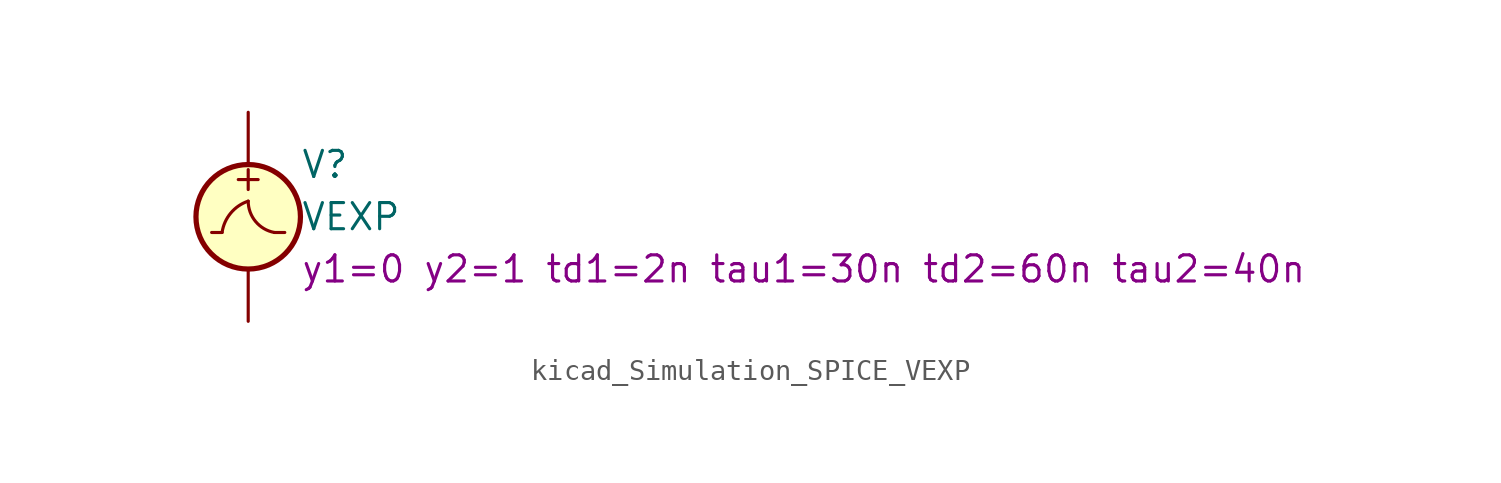
<source format=kicad_sym>
(kicad_symbol_lib
  (version 20220914)
  (generator kicad_symbol_editor)
  (symbol "kicad_Simulation_SPICE_VEXP"
    (pin_numbers hide)
    (pin_names
      (offset 0.025))
    (property "Reference" "V"
      (at 2.54 2.54 0)
      (effects (font (size 1.27 1.27)) (justify left)))
    (property "Value" "VEXP"
      (at 2.54 0 0)
      (effects (font (size 1.27 1.27)) (justify left)))
    (property "Sim.Params" "y1=0 y2=1 td1=2n tau1=30n td2=60n tau2=40n"
      (at 2.54 -2.54 0)
      (effects (font (size 1.27 1.27)) (justify left)))
    (symbol "kicad_Simulation_SPICE_VEXP_0_0"
      (polyline (pts (xy -1.27 -0.762) (xy -1.778 -0.762)) (stroke (width 0) (type default)) (fill (type none)))
      (polyline (pts (xy 1.27 -0.762) (xy 1.778 -0.762)) (stroke (width 0) (type default)) (fill (type none)))
      (arc (start 0 0.762) (mid -0.851 0.1794) (end -1.27 -0.762) (stroke (width 0) (type default)) (fill (type none)))
      (arc (start 0 0.762) (mid 0.3591 -0.2299) (end 1.27 -0.762) (stroke (width 0) (type default)) (fill (type none)))
      (text "+" (at 0 1.905 0) (effects (font (size 1.27 1.27)))))
    (symbol "kicad_Simulation_SPICE_VEXP_0_1"
      (circle (center 0 0) (radius 2.54) (stroke (width 0.254) (type default)) (fill (type background))))
    (symbol "kicad_Simulation_SPICE_VEXP_1_1"
      (pin passive line (at 0 5.08 270) (length 2.54) (name "~" (effects (font (size 1.27 1.27)))) (number "1" (effects (font (size 1.27 1.27)))))
      (pin passive line (at 0 -5.08 90) (length 2.54) (name "~" (effects (font (size 1.27 1.27)))) (number "2" (effects (font (size 1.27 1.27))))))))
</source>
